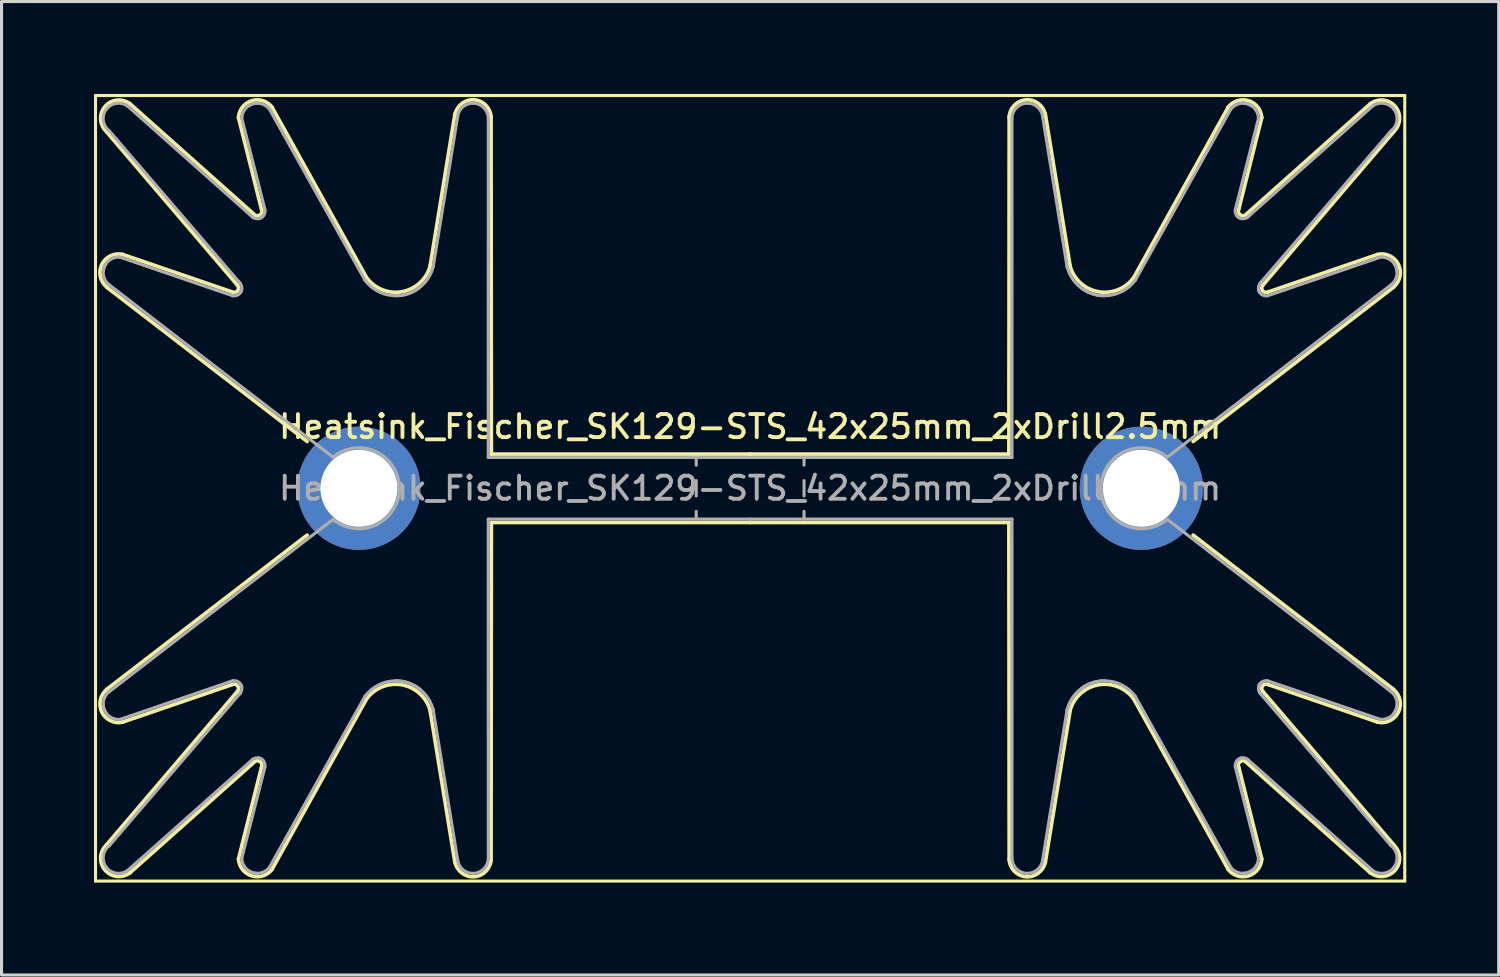
<source format=kicad_pcb>
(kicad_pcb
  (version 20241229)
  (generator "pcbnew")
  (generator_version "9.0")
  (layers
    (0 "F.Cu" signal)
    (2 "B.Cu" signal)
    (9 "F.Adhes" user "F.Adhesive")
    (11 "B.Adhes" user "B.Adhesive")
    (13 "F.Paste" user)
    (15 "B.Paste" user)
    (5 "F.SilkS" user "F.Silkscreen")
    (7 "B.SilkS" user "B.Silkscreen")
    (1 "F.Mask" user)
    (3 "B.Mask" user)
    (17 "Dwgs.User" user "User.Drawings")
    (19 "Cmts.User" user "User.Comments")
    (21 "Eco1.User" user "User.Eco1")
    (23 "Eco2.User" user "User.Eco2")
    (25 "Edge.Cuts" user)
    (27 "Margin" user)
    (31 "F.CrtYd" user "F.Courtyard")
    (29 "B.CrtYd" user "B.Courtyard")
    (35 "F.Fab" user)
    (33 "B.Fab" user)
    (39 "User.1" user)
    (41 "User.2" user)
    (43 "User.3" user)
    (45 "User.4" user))
  (footprint "Heatsink_Fischer_SK129-STS_42x25mm_2xDrill2.5mm"
    (layer "F.Cu")
    (at 21.3 12.8)
    (property "Reference" "Heatsink_Fischer_SK129-STS_42x25mm_2xDrill2.5mm" (at 0 -2 0) (layer "F.SilkS") (effects (font (size 0.75 0.75) (thickness 0.125))))
    (attr through_hole)
    (fp_line (start -21.25 -12.75) (end -21.25 12.75) (stroke (width 0.1) (type solid)) (layer "F.SilkS"))
    (fp_line (start -21.25 -12.75) (end 21.25 -12.75) (stroke (width 0.1) (type solid)) (layer "F.SilkS"))
    (fp_line (start -20.89 -11.57) (end -16.64 -6.59) (stroke (width 0.12) (type solid)) (layer "F.SilkS"))
    (fp_line (start -20.89 -6.53) (end -14.38 -1.52) (stroke (width 0.12) (type solid)) (layer "F.SilkS"))
    (fp_line (start -20.89 6.53) (end -14.38 1.52) (stroke (width 0.12) (type solid)) (layer "F.SilkS"))
    (fp_line (start -20.89 11.57) (end -16.64 6.59) (stroke (width 0.12) (type solid)) (layer "F.SilkS"))
    (fp_line (start -16.81 -6.37) (end -20.37 -7.59) (stroke (width 0.12) (type solid)) (layer "F.SilkS"))
    (fp_line (start -16.81 6.37) (end -20.37 7.59) (stroke (width 0.12) (type solid)) (layer "F.SilkS"))
    (fp_line (start -16.61 -12.04) (end -15.86 -9.05) (stroke (width 0.12) (type solid)) (layer "F.SilkS"))
    (fp_line (start -16.61 12.04) (end -15.86 9.05) (stroke (width 0.12) (type solid)) (layer "F.SilkS"))
    (fp_line (start -16.11 -8.9) (end -20.14 -12.49) (stroke (width 0.12) (type solid)) (layer "F.SilkS"))
    (fp_line (start -16.11 8.9) (end -20.14 12.49) (stroke (width 0.12) (type solid)) (layer "F.SilkS"))
    (fp_line (start -12.43 -6.8) (end -15.52 -12.37) (stroke (width 0.12) (type solid)) (layer "F.SilkS"))
    (fp_line (start -12.43 6.8) (end -15.52 12.37) (stroke (width 0.12) (type solid)) (layer "F.SilkS"))
    (fp_line (start -9.58 -12.16) (end -10.39 -7.2) (stroke (width 0.12) (type solid)) (layer "F.SilkS"))
    (fp_line (start -9.58 12.16) (end -10.39 7.2) (stroke (width 0.12) (type solid)) (layer "F.SilkS"))
    (fp_line (start -8.41 -12.07) (end -8.4 -1.11) (stroke (width 0.12) (type solid)) (layer "F.SilkS"))
    (fp_line (start -8.41 12.07) (end -8.4 1.11) (stroke (width 0.12) (type solid)) (layer "F.SilkS"))
    (fp_line (start -8.4 -1.11) (end 0 -1.11) (stroke (width 0.12) (type solid)) (layer "F.SilkS"))
    (fp_line (start -8.4 1.11) (end 0 1.11) (stroke (width 0.12) (type solid)) (layer "F.SilkS"))
    (fp_line (start 8.4 -1.11) (end 0 -1.11) (stroke (width 0.12) (type solid)) (layer "F.SilkS"))
    (fp_line (start 8.4 1.11) (end 0 1.11) (stroke (width 0.12) (type solid)) (layer "F.SilkS"))
    (fp_line (start 8.41 -12.07) (end 8.4 -1.11) (stroke (width 0.12) (type solid)) (layer "F.SilkS"))
    (fp_line (start 8.41 12.07) (end 8.4 1.11) (stroke (width 0.12) (type solid)) (layer "F.SilkS"))
    (fp_line (start 9.58 -12.16) (end 10.39 -7.2) (stroke (width 0.12) (type solid)) (layer "F.SilkS"))
    (fp_line (start 9.58 12.16) (end 10.39 7.2) (stroke (width 0.12) (type solid)) (layer "F.SilkS"))
    (fp_line (start 12.43 -6.8) (end 15.52 -12.37) (stroke (width 0.12) (type solid)) (layer "F.SilkS"))
    (fp_line (start 12.43 6.8) (end 15.52 12.37) (stroke (width 0.12) (type solid)) (layer "F.SilkS"))
    (fp_line (start 16.11 -8.9) (end 20.14 -12.49) (stroke (width 0.12) (type solid)) (layer "F.SilkS"))
    (fp_line (start 16.11 8.9) (end 20.14 12.49) (stroke (width 0.12) (type solid)) (layer "F.SilkS"))
    (fp_line (start 16.61 -12.04) (end 15.86 -9.05) (stroke (width 0.12) (type solid)) (layer "F.SilkS"))
    (fp_line (start 16.61 12.04) (end 15.86 9.05) (stroke (width 0.12) (type solid)) (layer "F.SilkS"))
    (fp_line (start 16.81 -6.37) (end 20.37 -7.59) (stroke (width 0.12) (type solid)) (layer "F.SilkS"))
    (fp_line (start 16.81 6.37) (end 20.37 7.59) (stroke (width 0.12) (type solid)) (layer "F.SilkS"))
    (fp_line (start 20.89 -11.57) (end 16.64 -6.59) (stroke (width 0.12) (type solid)) (layer "F.SilkS"))
    (fp_line (start 20.89 -6.53) (end 14.38 -1.52) (stroke (width 0.12) (type solid)) (layer "F.SilkS"))
    (fp_line (start 20.89 6.53) (end 14.38 1.52) (stroke (width 0.12) (type solid)) (layer "F.SilkS"))
    (fp_line (start 20.89 11.57) (end 16.64 6.59) (stroke (width 0.12) (type solid)) (layer "F.SilkS"))
    (fp_line (start 21.25 12.75) (end -21.25 12.75) (stroke (width 0.1) (type solid)) (layer "F.SilkS"))
    (fp_line (start 21.25 12.75) (end 21.25 -12.75) (stroke (width 0.1) (type solid)) (layer "F.SilkS"))
    (fp_arc (start -20.883567 -11.569995) (mid -20.940157 -12.391914) (end -20.12 -12.47) (stroke (width 0.12) (type solid)) (layer "F.SilkS"))
    (fp_arc (start -20.88201 -6.529077) (mid -21.044088 -7.26771) (end -20.36 -7.59) (stroke (width 0.12) (type solid)) (layer "F.SilkS"))
    (fp_arc (start -20.36 7.59) (mid -21.044305 7.267269) (end -20.881246 6.528459) (stroke (width 0.12) (type solid)) (layer "F.SilkS"))
    (fp_arc (start -20.12 12.47) (mid -20.940246 12.391809) (end -20.883361 11.56981) (stroke (width 0.12) (type solid)) (layer "F.SilkS"))
    (fp_arc (start -16.81 6.37) (mid -16.635916 6.413485) (end -16.641006 6.592846) (stroke (width 0.12) (type solid)) (layer "F.SilkS"))
    (fp_arc (start -16.641005 -6.592844) (mid -16.635917 -6.413484) (end -16.81 -6.37) (stroke (width 0.12) (type solid)) (layer "F.SilkS"))
    (fp_arc (start -16.607253 -12.030714) (mid -16.174769 -12.58237) (end -15.51 -12.36) (stroke (width 0.12) (type solid)) (layer "F.SilkS"))
    (fp_arc (start -16.11 8.89) (mid -15.907388 8.875008) (end -15.862738 9.073206) (stroke (width 0.12) (type solid)) (layer "F.SilkS"))
    (fp_arc (start -15.862646 -9.073033) (mid -15.907467 -8.87495) (end -16.11 -8.89) (stroke (width 0.12) (type solid)) (layer "F.SilkS"))
    (fp_arc (start -15.51 12.36) (mid -16.175176 12.582248) (end -16.607296 12.029866) (stroke (width 0.12) (type solid)) (layer "F.SilkS"))
    (fp_arc (start -12.43 6.81) (mid -11.270695 6.386526) (end -10.37849 7.239338) (stroke (width 0.12) (type solid)) (layer "F.SilkS"))
    (fp_arc (start -10.378725 -7.238423) (mid -11.271157 -6.386429) (end -12.43 -6.81) (stroke (width 0.12) (type solid)) (layer "F.SilkS"))
    (fp_arc (start -9.578367 -12.138285) (mid -8.950514 -12.608261) (end -8.41 -12.04) (stroke (width 0.12) (type solid)) (layer "F.SilkS"))
    (fp_arc (start -8.41 12.04) (mid -8.950833 12.608288) (end -9.578495 12.137659) (stroke (width 0.12) (type solid)) (layer "F.SilkS"))
    (fp_arc (start 8.41 -12.04) (mid 8.950833 -12.608288) (end 9.578495 -12.137659) (stroke (width 0.12) (type solid)) (layer "F.SilkS"))
    (fp_arc (start 9.578367 12.138285) (mid 8.950514 12.608261) (end 8.41 12.04) (stroke (width 0.12) (type solid)) (layer "F.SilkS"))
    (fp_arc (start 10.378725 7.238423) (mid 11.271157 6.386429) (end 12.43 6.81) (stroke (width 0.12) (type solid)) (layer "F.SilkS"))
    (fp_arc (start 12.43 -6.81) (mid 11.270695 -6.386526) (end 10.37849 -7.239338) (stroke (width 0.12) (type solid)) (layer "F.SilkS"))
    (fp_arc (start 15.51 -12.36) (mid 16.175176 -12.582248) (end 16.607296 -12.029866) (stroke (width 0.12) (type solid)) (layer "F.SilkS"))
    (fp_arc (start 15.862646 9.073033) (mid 15.907467 8.87495) (end 16.11 8.89) (stroke (width 0.12) (type solid)) (layer "F.SilkS"))
    (fp_arc (start 16.11 -8.89) (mid 15.907388 -8.875008) (end 15.862738 -9.073206) (stroke (width 0.12) (type solid)) (layer "F.SilkS"))
    (fp_arc (start 16.607253 12.030714) (mid 16.174769 12.58237) (end 15.51 12.36) (stroke (width 0.12) (type solid)) (layer "F.SilkS"))
    (fp_arc (start 16.641005 6.592844) (mid 16.635917 6.413484) (end 16.81 6.37) (stroke (width 0.12) (type solid)) (layer "F.SilkS"))
    (fp_arc (start 16.81 -6.37) (mid 16.635916 -6.413485) (end 16.641006 -6.592846) (stroke (width 0.12) (type solid)) (layer "F.SilkS"))
    (fp_arc (start 20.12 -12.47) (mid 20.940246 -12.391809) (end 20.883361 -11.56981) (stroke (width 0.12) (type solid)) (layer "F.SilkS"))
    (fp_arc (start 20.36 -7.59) (mid 21.044305 -7.267269) (end 20.881246 -6.528459) (stroke (width 0.12) (type solid)) (layer "F.SilkS"))
    (fp_arc (start 20.88201 6.529077) (mid 21.044088 7.26771) (end 20.36 7.59) (stroke (width 0.12) (type solid)) (layer "F.SilkS"))
    (fp_arc (start 20.883567 11.569995) (mid 20.940157 12.391914) (end 20.12 12.47) (stroke (width 0.12) (type solid)) (layer "F.SilkS"))
    (fp_line (start -20.8 -6.6) (end -13.54 -1.01) (stroke (width 0.1) (type solid)) (layer "F.Fab"))
    (fp_line (start -20.8 6.6) (end -13.54 1.01) (stroke (width 0.1) (type solid)) (layer "F.Fab"))
    (fp_line (start -16.8 -6.25) (end -20.45 -7.5) (stroke (width 0.1) (type solid)) (layer "F.Fab"))
    (fp_line (start -16.8 6.25) (end -20.45 7.5) (stroke (width 0.1) (type solid)) (layer "F.Fab"))
    (fp_line (start -16.55 -6.65) (end -20.8 -11.6) (stroke (width 0.1) (type solid)) (layer "F.Fab"))
    (fp_line (start -16.55 6.65) (end -20.8 11.6) (stroke (width 0.1) (type solid)) (layer "F.Fab"))
    (fp_line (start -16.5 -12) (end -15.75 -9.05) (stroke (width 0.1) (type solid)) (layer "F.Fab"))
    (fp_line (start -16.5 12) (end -15.75 9.05) (stroke (width 0.1) (type solid)) (layer "F.Fab"))
    (fp_line (start -16.15 -8.8) (end -20.2 -12.4) (stroke (width 0.1) (type solid)) (layer "F.Fab"))
    (fp_line (start -16.15 8.8) (end -20.2 12.4) (stroke (width 0.1) (type solid)) (layer "F.Fab"))
    (fp_line (start -12.5 -6.75) (end -15.6 -12.3) (stroke (width 0.1) (type solid)) (layer "F.Fab"))
    (fp_line (start -12.5 6.75) (end -15.6 12.3) (stroke (width 0.1) (type solid)) (layer "F.Fab"))
    (fp_line (start -9.49 -12.09) (end -10.29 -7.18) (stroke (width 0.1) (type solid)) (layer "F.Fab"))
    (fp_line (start -9.49 12.09) (end -10.29 7.18) (stroke (width 0.1) (type solid)) (layer "F.Fab"))
    (fp_line (start -8.5 -12) (end -8.5 -1) (stroke (width 0.1) (type solid)) (layer "F.Fab"))
    (fp_line (start -8.5 12) (end -8.5 1) (stroke (width 0.1) (type solid)) (layer "F.Fab"))
    (fp_line (start -1.75 -1) (end -1.75 -0.75) (stroke (width 0.1) (type solid)) (layer "F.Fab"))
    (fp_line (start -1.75 -0.25) (end -1.75 0.25) (stroke (width 0.1) (type solid)) (layer "F.Fab"))
    (fp_line (start -1.75 1) (end -1.75 0.75) (stroke (width 0.1) (type solid)) (layer "F.Fab"))
    (fp_line (start 0 -1) (end -8.5 -1) (stroke (width 0.1) (type solid)) (layer "F.Fab"))
    (fp_line (start 0 -1) (end 8.5 -1) (stroke (width 0.1) (type solid)) (layer "F.Fab"))
    (fp_line (start 0 1) (end -8.5 1) (stroke (width 0.1) (type solid)) (layer "F.Fab"))
    (fp_line (start 0 1) (end 8.5 1) (stroke (width 0.1) (type solid)) (layer "F.Fab"))
    (fp_line (start 1.75 -1) (end 1.75 -0.75) (stroke (width 0.1) (type solid)) (layer "F.Fab"))
    (fp_line (start 1.75 -0.25) (end 1.75 0.25) (stroke (width 0.1) (type solid)) (layer "F.Fab"))
    (fp_line (start 1.75 0.75) (end 1.75 1) (stroke (width 0.1) (type solid)) (layer "F.Fab"))
    (fp_line (start 8.5 -12) (end 8.5 -1) (stroke (width 0.1) (type solid)) (layer "F.Fab"))
    (fp_line (start 8.5 12) (end 8.5 1) (stroke (width 0.1) (type solid)) (layer "F.Fab"))
    (fp_line (start 9.49 -12.09) (end 10.29 -7.18) (stroke (width 0.1) (type solid)) (layer "F.Fab"))
    (fp_line (start 9.49 12.09) (end 10.29 7.18) (stroke (width 0.1) (type solid)) (layer "F.Fab"))
    (fp_line (start 12.5 -6.75) (end 15.6 -12.3) (stroke (width 0.1) (type solid)) (layer "F.Fab"))
    (fp_line (start 12.5 6.75) (end 15.6 12.3) (stroke (width 0.1) (type solid)) (layer "F.Fab"))
    (fp_line (start 16.15 -8.8) (end 20.2 -12.4) (stroke (width 0.1) (type solid)) (layer "F.Fab"))
    (fp_line (start 16.15 8.8) (end 20.2 12.4) (stroke (width 0.1) (type solid)) (layer "F.Fab"))
    (fp_line (start 16.5 -12) (end 15.75 -9.05) (stroke (width 0.1) (type solid)) (layer "F.Fab"))
    (fp_line (start 16.5 12) (end 15.75 9.05) (stroke (width 0.1) (type solid)) (layer "F.Fab"))
    (fp_line (start 16.55 -6.65) (end 20.8 -11.6) (stroke (width 0.1) (type solid)) (layer "F.Fab"))
    (fp_line (start 16.55 6.65) (end 20.8 11.6) (stroke (width 0.1) (type solid)) (layer "F.Fab"))
    (fp_line (start 16.8 -6.25) (end 20.45 -7.5) (stroke (width 0.1) (type solid)) (layer "F.Fab"))
    (fp_line (start 16.8 6.25) (end 20.45 7.5) (stroke (width 0.1) (type solid)) (layer "F.Fab"))
    (fp_line (start 20.8 -6.6) (end 13.54 -1.01) (stroke (width 0.1) (type solid)) (layer "F.Fab"))
    (fp_line (start 20.8 6.6) (end 13.54 1.01) (stroke (width 0.1) (type solid)) (layer "F.Fab"))
    (fp_arc (start -21 -7.05) (mid -20.818198 -7.388909) (end -20.45 -7.5) (stroke (width 0.1) (type solid)) (layer "F.Fab"))
    (fp_arc (start -20.9 -12.3) (mid -20.570711 -12.494975) (end -20.2 -12.4) (stroke (width 0.1) (type solid)) (layer "F.Fab"))
    (fp_arc (start -20.9 7.3) (mid -20.994975 6.929289) (end -20.8 6.6) (stroke (width 0.1) (type solid)) (layer "F.Fab"))
    (fp_arc (start -20.9 12.3) (mid -20.994975 11.929289) (end -20.8 11.6) (stroke (width 0.1) (type solid)) (layer "F.Fab"))
    (fp_arc (start -20.8 -11.6) (mid -20.994975 -11.929289) (end -20.9 -12.3) (stroke (width 0.1) (type solid)) (layer "F.Fab"))
    (fp_arc (start -20.8 -6.6) (mid -20.994975 -6.929289) (end -20.9 -7.3) (stroke (width 0.1) (type solid)) (layer "F.Fab"))
    (fp_arc (start -20.45 7.5) (mid -20.818198 7.388909) (end -21 7.05) (stroke (width 0.1) (type solid)) (layer "F.Fab"))
    (fp_arc (start -20.2 12.4) (mid -20.570711 12.494975) (end -20.9 12.3) (stroke (width 0.1) (type solid)) (layer "F.Fab"))
    (fp_arc (start -16.8 6.25) (mid -16.608579 6.287868) (end -16.5 6.45) (stroke (width 0.1) (type solid)) (layer "F.Fab"))
    (fp_arc (start -16.6 -6.7) (mid -16.502513 -6.535355) (end -16.55 -6.35) (stroke (width 0.1) (type solid)) (layer "F.Fab"))
    (fp_arc (start -16.55 6.35) (mid -16.502513 6.535355) (end -16.6 6.7) (stroke (width 0.1) (type solid)) (layer "F.Fab"))
    (fp_arc (start -16.5 -12) (mid -16.353553 -12.353553) (end -16 -12.5) (stroke (width 0.1) (type solid)) (layer "F.Fab"))
    (fp_arc (start -16.5 -6.45) (mid -16.608579 -6.287868) (end -16.8 -6.25) (stroke (width 0.1) (type solid)) (layer "F.Fab"))
    (fp_arc (start -16.3 -12.4) (mid -15.929289 -12.494975) (end -15.6 -12.3) (stroke (width 0.1) (type solid)) (layer "F.Fab"))
    (fp_arc (start -16.15 8.8) (mid -15.964645 8.752513) (end -15.8 8.85) (stroke (width 0.1) (type solid)) (layer "F.Fab"))
    (fp_arc (start -16 12.5) (mid -16.353553 12.353553) (end -16.5 12) (stroke (width 0.1) (type solid)) (layer "F.Fab"))
    (fp_arc (start -15.95 8.75) (mid -15.787868 8.858579) (end -15.75 9.05) (stroke (width 0.1) (type solid)) (layer "F.Fab"))
    (fp_arc (start -15.8 -8.85) (mid -15.964645 -8.752513) (end -16.15 -8.8) (stroke (width 0.1) (type solid)) (layer "F.Fab"))
    (fp_arc (start -15.75 -9.05) (mid -15.787868 -8.858579) (end -15.95 -8.75) (stroke (width 0.1) (type solid)) (layer "F.Fab"))
    (fp_arc (start -15.6 12.3) (mid -15.929289 12.494975) (end -16.3 12.4) (stroke (width 0.1) (type solid)) (layer "F.Fab"))
    (fp_arc (start -13.54 -1.01) (mid -11.386341 0.000006) (end -13.54001 1.009992) (stroke (width 0.1) (type solid)) (layer "F.Fab"))
    (fp_arc (start -12.5 6.75) (mid -11.676777 6.262563) (end -10.75 6.5) (stroke (width 0.1) (type solid)) (layer "F.Fab"))
    (fp_arc (start -11.5 6.25) (mid -10.725943 6.518504) (end -10.284425 7.208664) (stroke (width 0.1) (type solid)) (layer "F.Fab"))
    (fp_arc (start -10.75 -6.5) (mid -11.676777 -6.262563) (end -12.5 -6.75) (stroke (width 0.1) (type solid)) (layer "F.Fab"))
    (fp_arc (start -10.284538 -7.208193) (mid -10.726133 -6.518354) (end -11.5 -6.25) (stroke (width 0.1) (type solid)) (layer "F.Fab"))
    (fp_arc (start -9.493428 -12.080802) (mid -9.323728 -12.381052) (end -9 -12.5) (stroke (width 0.1) (type solid)) (layer "F.Fab"))
    (fp_arc (start -9 -12.5) (mid -8.646447 -12.353553) (end -8.5 -12) (stroke (width 0.1) (type solid)) (layer "F.Fab"))
    (fp_arc (start -9 12.5) (mid -9.323819 12.380974) (end -9.493467 12.080565) (stroke (width 0.1) (type solid)) (layer "F.Fab"))
    (fp_arc (start -8.5 12) (mid -8.646447 12.353553) (end -9 12.5) (stroke (width 0.1) (type solid)) (layer "F.Fab"))
    (fp_arc (start 8.5 -12) (mid 8.646447 -12.353553) (end 9 -12.5) (stroke (width 0.1) (type solid)) (layer "F.Fab"))
    (fp_arc (start 9 -12.5) (mid 9.323819 -12.380974) (end 9.493467 -12.080565) (stroke (width 0.1) (type solid)) (layer "F.Fab"))
    (fp_arc (start 9 12.5) (mid 8.646447 12.353553) (end 8.5 12) (stroke (width 0.1) (type solid)) (layer "F.Fab"))
    (fp_arc (start 9.493428 12.080802) (mid 9.323728 12.381052) (end 9 12.5) (stroke (width 0.1) (type solid)) (layer "F.Fab"))
    (fp_arc (start 10.284538 7.208193) (mid 10.726133 6.518354) (end 11.5 6.25) (stroke (width 0.1) (type solid)) (layer "F.Fab"))
    (fp_arc (start 10.75 6.5) (mid 11.676777 6.262563) (end 12.5 6.75) (stroke (width 0.1) (type solid)) (layer "F.Fab"))
    (fp_arc (start 11.5 -6.25) (mid 10.725943 -6.518504) (end 10.284425 -7.208664) (stroke (width 0.1) (type solid)) (layer "F.Fab"))
    (fp_arc (start 12.5 -6.75) (mid 11.676777 -6.262563) (end 10.75 -6.5) (stroke (width 0.1) (type solid)) (layer "F.Fab"))
    (fp_arc (start 13.54 1.01) (mid 11.386341 -0.000006) (end 13.54001 -1.009992) (stroke (width 0.1) (type solid)) (layer "F.Fab"))
    (fp_arc (start 15.6 -12.3) (mid 15.929289 -12.494975) (end 16.3 -12.4) (stroke (width 0.1) (type solid)) (layer "F.Fab"))
    (fp_arc (start 15.75 9.05) (mid 15.787868 8.858579) (end 15.95 8.75) (stroke (width 0.1) (type solid)) (layer "F.Fab"))
    (fp_arc (start 15.8 8.85) (mid 15.964645 8.752513) (end 16.15 8.8) (stroke (width 0.1) (type solid)) (layer "F.Fab"))
    (fp_arc (start 15.95 -8.75) (mid 15.787868 -8.858579) (end 15.75 -9.05) (stroke (width 0.1) (type solid)) (layer "F.Fab"))
    (fp_arc (start 16 -12.5) (mid 16.353553 -12.353553) (end 16.5 -12) (stroke (width 0.1) (type solid)) (layer "F.Fab"))
    (fp_arc (start 16.15 -8.8) (mid 15.964645 -8.752513) (end 15.8 -8.85) (stroke (width 0.1) (type solid)) (layer "F.Fab"))
    (fp_arc (start 16.3 12.4) (mid 15.929289 12.494975) (end 15.6 12.3) (stroke (width 0.1) (type solid)) (layer "F.Fab"))
    (fp_arc (start 16.5 6.45) (mid 16.608579 6.287868) (end 16.8 6.25) (stroke (width 0.1) (type solid)) (layer "F.Fab"))
    (fp_arc (start 16.5 12) (mid 16.353553 12.353553) (end 16 12.5) (stroke (width 0.1) (type solid)) (layer "F.Fab"))
    (fp_arc (start 16.55 -6.35) (mid 16.502513 -6.535355) (end 16.6 -6.7) (stroke (width 0.1) (type solid)) (layer "F.Fab"))
    (fp_arc (start 16.6 6.7) (mid 16.502513 6.535355) (end 16.55 6.35) (stroke (width 0.1) (type solid)) (layer "F.Fab"))
    (fp_arc (start 16.8 -6.25) (mid 16.608579 -6.287868) (end 16.5 -6.45) (stroke (width 0.1) (type solid)) (layer "F.Fab"))
    (fp_arc (start 20.2 -12.4) (mid 20.570711 -12.494975) (end 20.9 -12.3) (stroke (width 0.1) (type solid)) (layer "F.Fab"))
    (fp_arc (start 20.45 -7.5) (mid 20.818198 -7.388909) (end 21 -7.05) (stroke (width 0.1) (type solid)) (layer "F.Fab"))
    (fp_arc (start 20.8 6.6) (mid 20.994975 6.929289) (end 20.9 7.3) (stroke (width 0.1) (type solid)) (layer "F.Fab"))
    (fp_arc (start 20.8 11.6) (mid 20.994975 11.929289) (end 20.9 12.3) (stroke (width 0.1) (type solid)) (layer "F.Fab"))
    (fp_arc (start 20.9 -12.3) (mid 20.994975 -11.929289) (end 20.8 -11.6) (stroke (width 0.1) (type solid)) (layer "F.Fab"))
    (fp_arc (start 20.9 -7.3) (mid 20.994975 -6.929289) (end 20.8 -6.6) (stroke (width 0.1) (type solid)) (layer "F.Fab"))
    (fp_arc (start 20.9 12.3) (mid 20.570711 12.494975) (end 20.2 12.4) (stroke (width 0.1) (type solid)) (layer "F.Fab"))
    (fp_arc (start 21 7.05) (mid 20.818198 7.388909) (end 20.45 7.5) (stroke (width 0.1) (type solid)) (layer "F.Fab"))
    (fp_text user "${REFERENCE}" (at 0 0 0) (layer "F.Fab") (effects (font (size 0.75 0.75) (thickness 0.125))))
    (pad "1" thru_hole circle (at -12.7 0 180) (size 4 4) (drill 2.5) (layers "*.Cu" "*.Mask"))
    (pad "1" thru_hole circle (at 12.7 0) (size 4 4) (drill 2.5) (layers "*.Cu" "*.Mask")))
  (gr_rect
    (start -3 -3)
    (end 45.6 28.6)
    (stroke (width 0.1) (type default))
    (fill no)
    (layer "Edge.Cuts")))
</source>
